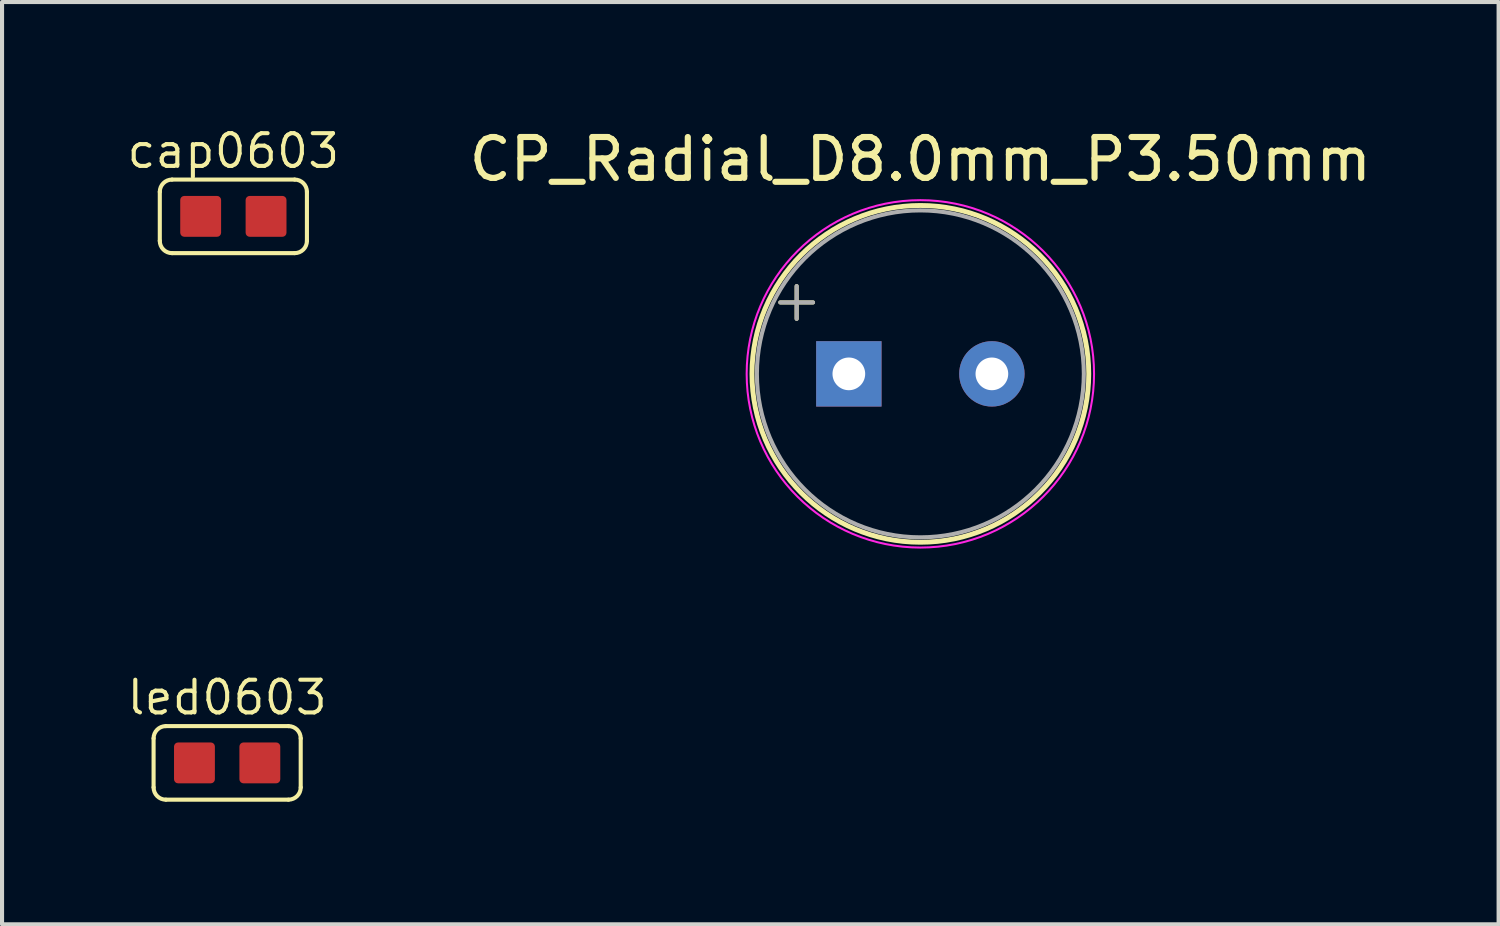
<source format=kicad_pcb>
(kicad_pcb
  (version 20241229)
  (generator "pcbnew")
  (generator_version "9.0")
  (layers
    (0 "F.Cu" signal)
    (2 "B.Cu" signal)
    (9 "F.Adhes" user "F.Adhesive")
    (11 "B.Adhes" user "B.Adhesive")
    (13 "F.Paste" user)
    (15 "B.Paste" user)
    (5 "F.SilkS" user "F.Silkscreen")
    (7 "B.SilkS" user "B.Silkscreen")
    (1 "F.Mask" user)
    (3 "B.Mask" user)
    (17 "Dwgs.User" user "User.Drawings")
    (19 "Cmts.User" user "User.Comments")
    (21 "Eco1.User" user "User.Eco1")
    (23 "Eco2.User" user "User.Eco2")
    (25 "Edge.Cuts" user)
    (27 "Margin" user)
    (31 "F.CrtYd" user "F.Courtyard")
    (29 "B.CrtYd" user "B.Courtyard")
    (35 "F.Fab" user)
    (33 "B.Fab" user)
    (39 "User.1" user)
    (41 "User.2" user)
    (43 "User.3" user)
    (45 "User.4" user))
  (footprint "led0603"
    (layer "F.Cu")
    (at 2.508 15.617)
    (property "Reference" "led0603" (at 0 -1.6 0) (unlocked yes) (layer "F.SilkS") (effects (font (size 0.8 0.8) (thickness 0.1))))
    (attr smd)
    (fp_line (start -1.8 0.6) (end -1.8 -0.6) (stroke (width 0.1) (type default)) (layer "F.SilkS"))
    (fp_line (start -1.5 -0.9) (end 1.5 -0.9) (stroke (width 0.1) (type default)) (layer "F.SilkS"))
    (fp_line (start -1.5 0.9) (end 1.5 0.9) (stroke (width 0.1) (type default)) (layer "F.SilkS"))
    (fp_line (start 1.8 -0.6) (end 1.8 0.6) (stroke (width 0.1) (type default)) (layer "F.SilkS"))
    (fp_arc (start -1.8 -0.6) (mid -1.712132 -0.812132) (end -1.5 -0.9) (stroke (width 0.1) (type default)) (layer "F.SilkS"))
    (fp_arc (start -1.5 0.9) (mid -1.712132 0.812132) (end -1.8 0.6) (stroke (width 0.1) (type default)) (layer "F.SilkS"))
    (fp_arc (start 1.5 -0.9) (mid 1.712132 -0.812132) (end 1.8 -0.6) (stroke (width 0.1) (type default)) (layer "F.SilkS"))
    (fp_arc (start 1.8 0.6) (mid 1.712132 0.812132) (end 1.5 0.9) (stroke (width 0.1) (type default)) (layer "F.SilkS"))
    (pad "1" smd roundrect (at -0.8 0) (size 1 1) (layers "F.Cu" "F.Mask" "F.Paste") (roundrect_rratio 0.1))
    (pad "2" smd roundrect (at 0.8 0) (size 1 1) (layers "F.Cu" "F.Mask" "F.Paste") (roundrect_rratio 0.1)))
  (footprint "CP_Radial_D8.0mm_P3.50mm"
    (layer "F.Cu")
    (at 19.47 6.098)
    (property "Reference" "CP_Radial_D8.0mm_P3.50mm" (at 0 -5.25 0) (layer "F.SilkS") (effects (font (size 1 1) (thickness 0.15))))
    (attr through_hole)
    (fp_line (start -3.427 -1.748) (end -2.627 -1.748) (stroke (width 0.1) (type solid)) (layer "F.SilkS"))
    (fp_line (start -3.027 -2.147) (end -3.027 -1.347) (stroke (width 0.1) (type solid)) (layer "F.SilkS"))
    (fp_circle (center 0 0) (end 4.12 0) (stroke (width 0.12) (type solid)) (fill no) (layer "F.SilkS"))
    (fp_circle (center 0 0) (end 4.25 0) (stroke (width 0.05) (type solid)) (fill no) (layer "F.CrtYd"))
    (fp_line (start -3.427 -1.748) (end -2.627 -1.748) (stroke (width 0.1) (type solid)) (layer "F.Fab"))
    (fp_line (start -3.027 -2.147) (end -3.027 -1.347) (stroke (width 0.1) (type solid)) (layer "F.Fab"))
    (fp_circle (center 0 0) (end 4 0) (stroke (width 0.1) (type solid)) (fill no) (layer "F.Fab"))
    (pad "1" thru_hole rect (at -1.75 0) (size 1.6 1.6) (drill 0.8) (layers "*.Cu" "*.Mask"))
    (pad "2" thru_hole circle (at 1.75 0) (size 1.6 1.6) (drill 0.8) (layers "*.Cu" "*.Mask")))
  (footprint "cap0603"
    (layer "F.Cu")
    (at 2.66 2.244)
    (property "Reference" "cap0603" (at 0 -1.6 0) (unlocked yes) (layer "F.SilkS") (effects (font (size 0.8 0.8) (thickness 0.1))))
    (attr smd)
    (fp_line (start -1.8 0.6) (end -1.8 -0.6) (stroke (width 0.1) (type default)) (layer "F.SilkS"))
    (fp_line (start -1.5 -0.9) (end 1.5 -0.9) (stroke (width 0.1) (type default)) (layer "F.SilkS"))
    (fp_line (start -1.5 0.9) (end 1.5 0.9) (stroke (width 0.1) (type default)) (layer "F.SilkS"))
    (fp_line (start 1.8 -0.6) (end 1.8 0.6) (stroke (width 0.1) (type default)) (layer "F.SilkS"))
    (fp_arc (start -1.8 -0.6) (mid -1.712132 -0.812132) (end -1.5 -0.9) (stroke (width 0.1) (type default)) (layer "F.SilkS"))
    (fp_arc (start -1.5 0.9) (mid -1.712132 0.812132) (end -1.8 0.6) (stroke (width 0.1) (type default)) (layer "F.SilkS"))
    (fp_arc (start 1.5 -0.9) (mid 1.712132 -0.812132) (end 1.8 -0.6) (stroke (width 0.1) (type default)) (layer "F.SilkS"))
    (fp_arc (start 1.8 0.6) (mid 1.712132 0.812132) (end 1.5 0.9) (stroke (width 0.1) (type default)) (layer "F.SilkS"))
    (pad "1" smd roundrect (at -0.8 0) (size 1 1) (layers "F.Cu" "F.Mask" "F.Paste") (roundrect_rratio 0.1))
    (pad "2" smd roundrect (at 0.8 0) (size 1 1) (layers "F.Cu" "F.Mask" "F.Paste") (roundrect_rratio 0.1)))
  (gr_rect
    (start -3 -3)
    (end 33.619 19.567)
    (stroke (width 0.1) (type default))
    (fill no)
    (layer "Edge.Cuts")))
</source>
